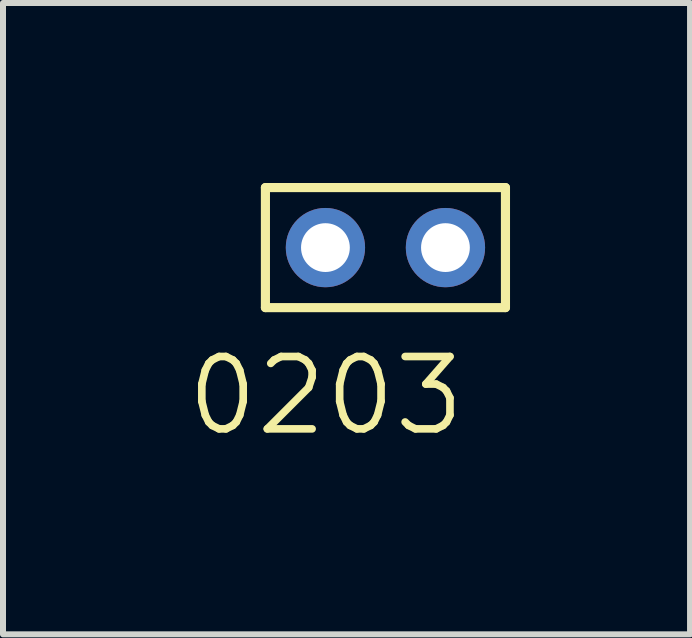
<source format=kicad_pcb>
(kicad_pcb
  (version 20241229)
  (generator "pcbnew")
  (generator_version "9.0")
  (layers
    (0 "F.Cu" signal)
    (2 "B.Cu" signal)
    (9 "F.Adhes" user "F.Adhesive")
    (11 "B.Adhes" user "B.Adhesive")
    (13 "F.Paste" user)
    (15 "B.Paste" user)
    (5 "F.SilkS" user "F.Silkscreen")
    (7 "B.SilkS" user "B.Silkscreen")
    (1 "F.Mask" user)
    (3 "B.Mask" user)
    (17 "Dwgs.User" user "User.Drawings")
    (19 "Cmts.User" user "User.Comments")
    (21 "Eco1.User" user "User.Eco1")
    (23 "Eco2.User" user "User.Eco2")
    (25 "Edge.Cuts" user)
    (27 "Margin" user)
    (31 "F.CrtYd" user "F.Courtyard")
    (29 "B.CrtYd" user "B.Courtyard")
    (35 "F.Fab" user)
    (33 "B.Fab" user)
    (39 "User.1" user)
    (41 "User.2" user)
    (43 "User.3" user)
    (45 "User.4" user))
  (footprint "0203"
    (layer "F.Cu")
    (at 3.373 1.076)
    (property "Reference" "0203" (at -3.373 3.175 0) (layer "F.SilkS") (effects (font (size 1.206 1.206) (thickness 0.127)) (justify left bottom)))
    (attr through_hole)
    (fp_line (start -2 1) (end -2 -1) (stroke (width 0.152) (type solid)) (layer "F.SilkS"))
    (fp_line (start 2 -1) (end -2 -1) (stroke (width 0.152) (type solid)) (layer "F.SilkS"))
    (fp_line (start 2 1) (end -2 1) (stroke (width 0.152) (type solid)) (layer "F.SilkS"))
    (fp_line (start 2 1) (end 2 -1) (stroke (width 0.152) (type solid)) (layer "F.SilkS"))
    (pad "1" thru_hole circle (at -1 0) (size 1.321 1.321) (drill 0.813) (layers "*.Cu" "*.Mask"))
    (pad "2" thru_hole circle (at 1 0) (size 1.321 1.321) (drill 0.813) (layers "*.Cu" "*.Mask")))
  (gr_rect
    (start -3 -3)
    (end 8.449 7.521)
    (stroke (width 0.1) (type default))
    (fill no)
    (layer "Edge.Cuts")))
</source>
